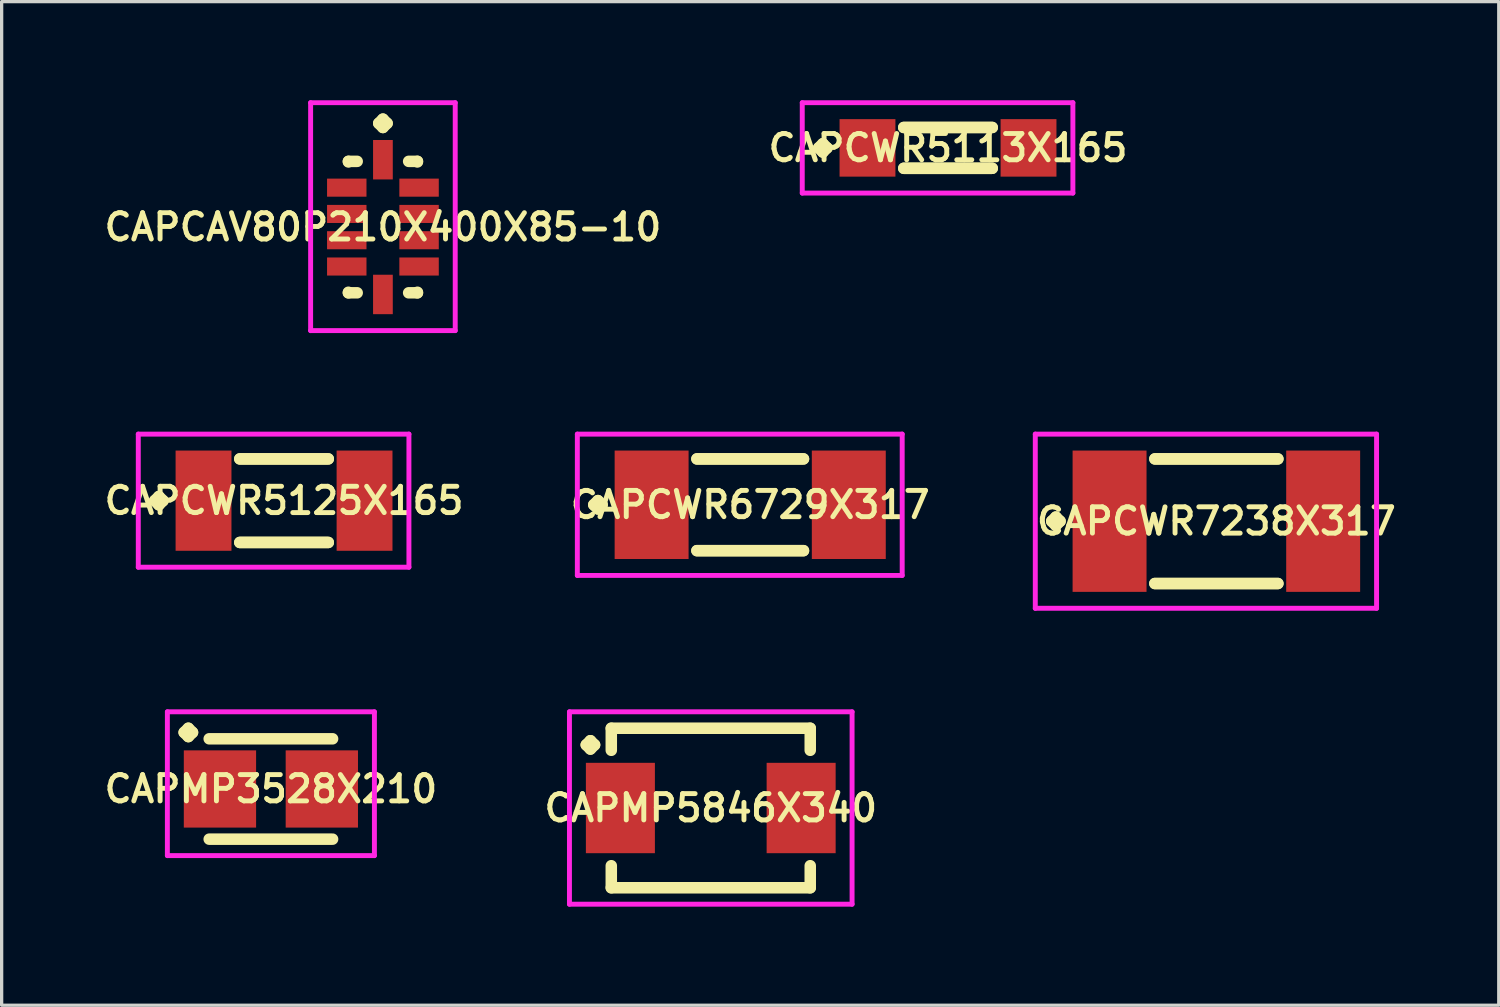
<source format=kicad_pcb>
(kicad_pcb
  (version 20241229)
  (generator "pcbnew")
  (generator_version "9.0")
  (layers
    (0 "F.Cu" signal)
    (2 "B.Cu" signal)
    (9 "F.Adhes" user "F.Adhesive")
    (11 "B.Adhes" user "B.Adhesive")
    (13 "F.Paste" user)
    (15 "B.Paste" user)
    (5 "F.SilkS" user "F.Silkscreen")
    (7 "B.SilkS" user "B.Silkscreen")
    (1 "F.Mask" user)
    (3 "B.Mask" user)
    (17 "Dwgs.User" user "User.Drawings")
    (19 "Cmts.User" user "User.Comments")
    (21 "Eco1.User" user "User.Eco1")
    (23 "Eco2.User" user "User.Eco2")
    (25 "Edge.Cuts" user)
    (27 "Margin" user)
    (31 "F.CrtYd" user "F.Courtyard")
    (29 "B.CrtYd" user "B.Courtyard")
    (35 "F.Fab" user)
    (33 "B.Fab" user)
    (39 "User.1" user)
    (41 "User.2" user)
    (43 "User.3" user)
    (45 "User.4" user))
  (footprint "CAPCWR7238X317"
    (layer "F.Cu")
    (at 33.963 12.81)
    (property "Reference" "CAPCWR7238X317" (at 0 0 0) (layer "F.SilkS") (effects (font (size 0.8 0.8) (thickness 0.15))))
    (attr through_hole)
    (fp_line (start -5.01 0) (end -4.883 -0.127) (stroke (width 0.35) (type solid)) (layer "F.SilkS"))
    (fp_line (start -4.883 -0.127) (end -4.756 0) (stroke (width 0.35) (type solid)) (layer "F.SilkS"))
    (fp_line (start -4.883 0.127) (end -5.01 0) (stroke (width 0.35) (type solid)) (layer "F.SilkS"))
    (fp_line (start -4.756 0) (end -4.883 0.127) (stroke (width 0.35) (type solid)) (layer "F.SilkS"))
    (fp_line (start -1.871 -1.896) (end 1.871 -1.896) (stroke (width 0.35) (type solid)) (layer "F.SilkS"))
    (fp_line (start -1.871 1.896) (end 1.871 1.896) (stroke (width 0.35) (type solid)) (layer "F.SilkS"))
    (fp_line (start 1.871 -1.896) (end -1.871 -1.896) (stroke (width 0.35) (type solid)) (layer "F.SilkS"))
    (fp_line (start 1.871 1.896) (end -1.871 1.896) (stroke (width 0.35) (type solid)) (layer "F.SilkS"))
    (fp_line (start -5.51 -2.65) (end 4.875 -2.65) (stroke (width 0.15) (type solid)) (layer "F.CrtYd"))
    (fp_line (start -5.51 2.65) (end -5.51 -2.65) (stroke (width 0.15) (type solid)) (layer "F.CrtYd"))
    (fp_line (start 4.875 -2.65) (end 4.875 2.65) (stroke (width 0.15) (type solid)) (layer "F.CrtYd"))
    (fp_line (start 4.875 2.65) (end -5.51 2.65) (stroke (width 0.15) (type solid)) (layer "F.CrtYd"))
    (pad "1" smd rect (at -3.25 0) (size 2.25 4.3) (layers "F.Cu" "F.Mask" "F.Paste"))
    (pad "2" smd rect (at 3.25 0) (size 2.25 4.3) (layers "F.Cu" "F.Mask" "F.Paste")))
  (footprint "CAPCAV80P210X400X85-10"
    (layer "F.Cu")
    (at 8.602 3.86)
    (property "Reference" "CAPCAV80P210X400X85-10" (at 0 0 0) (layer "F.SilkS") (effects (font (size 0.8 0.8) (thickness 0.15))))
    (attr smd)
    (fp_line (start -1.05 -2) (end -0.783 -2) (stroke (width 0.35) (type solid)) (layer "F.SilkS"))
    (fp_line (start -1.05 -1.983) (end -1.05 -2) (stroke (width 0.35) (type solid)) (layer "F.SilkS"))
    (fp_line (start -1.05 1.983) (end -1.05 2) (stroke (width 0.35) (type solid)) (layer "F.SilkS"))
    (fp_line (start -1.05 2) (end -0.783 2) (stroke (width 0.35) (type solid)) (layer "F.SilkS"))
    (fp_line (start -0.127 -3.158) (end 0 -3.285) (stroke (width 0.35) (type solid)) (layer "F.SilkS"))
    (fp_line (start 0 -3.285) (end 0.127 -3.158) (stroke (width 0.35) (type solid)) (layer "F.SilkS"))
    (fp_line (start 0 -3.031) (end -0.127 -3.158) (stroke (width 0.35) (type solid)) (layer "F.SilkS"))
    (fp_line (start 0.127 -3.158) (end 0 -3.031) (stroke (width 0.35) (type solid)) (layer "F.SilkS"))
    (fp_line (start 1.05 -2) (end 0.783 -2) (stroke (width 0.35) (type solid)) (layer "F.SilkS"))
    (fp_line (start 1.05 -1.983) (end 1.05 -2) (stroke (width 0.35) (type solid)) (layer "F.SilkS"))
    (fp_line (start 1.05 1.983) (end 1.05 2) (stroke (width 0.35) (type solid)) (layer "F.SilkS"))
    (fp_line (start 1.05 2) (end 0.783 2) (stroke (width 0.35) (type solid)) (layer "F.SilkS"))
    (fp_line (start -2.2 -3.785) (end 2.2 -3.785) (stroke (width 0.15) (type solid)) (layer "F.CrtYd"))
    (fp_line (start -2.2 3.15) (end -2.2 -3.785) (stroke (width 0.15) (type solid)) (layer "F.CrtYd"))
    (fp_line (start 2.2 -3.785) (end 2.2 3.15) (stroke (width 0.15) (type solid)) (layer "F.CrtYd"))
    (fp_line (start 2.2 3.15) (end -2.2 3.15) (stroke (width 0.15) (type solid)) (layer "F.CrtYd"))
    (pad "1" smd rect (at 0 -2.05) (size 0.6 1.2) (layers "F.Cu" "F.Mask" "F.Paste"))
    (pad "2" smd rect (at -1.1 -1.2) (size 1.2 0.55) (layers "F.Cu" "F.Mask" "F.Paste"))
    (pad "3" smd rect (at -1.1 -0.4) (size 1.2 0.55) (layers "F.Cu" "F.Mask" "F.Paste"))
    (pad "4" smd rect (at -1.1 0.4) (size 1.2 0.55) (layers "F.Cu" "F.Mask" "F.Paste"))
    (pad "5" smd rect (at -1.1 1.2) (size 1.2 0.55) (layers "F.Cu" "F.Mask" "F.Paste"))
    (pad "6" smd rect (at 0 2.05) (size 0.6 1.2) (layers "F.Cu" "F.Mask" "F.Paste"))
    (pad "7" smd rect (at 1.1 1.2) (size 1.2 0.55) (layers "F.Cu" "F.Mask" "F.Paste"))
    (pad "8" smd rect (at 1.1 0.4) (size 1.2 0.55) (layers "F.Cu" "F.Mask" "F.Paste"))
    (pad "9" smd rect (at 1.1 -0.4) (size 1.2 0.55) (layers "F.Cu" "F.Mask" "F.Paste"))
    (pad "10" smd rect (at 1.1 -1.2) (size 1.2 0.55) (layers "F.Cu" "F.Mask" "F.Paste")))
  (footprint "CAPCWR5125X165"
    (layer "F.Cu")
    (at 5.593 12.185)
    (property "Reference" "CAPCWR5125X165" (at 0 0 0) (layer "F.SilkS") (effects (font (size 0.8 0.8) (thickness 0.15))))
    (attr smd)
    (fp_line (start -3.935 0) (end -3.808 -0.127) (stroke (width 0.35) (type solid)) (layer "F.SilkS"))
    (fp_line (start -3.808 -0.127) (end -3.681 0) (stroke (width 0.35) (type solid)) (layer "F.SilkS"))
    (fp_line (start -3.808 0.127) (end -3.935 0) (stroke (width 0.35) (type solid)) (layer "F.SilkS"))
    (fp_line (start -3.681 0) (end -3.808 0.127) (stroke (width 0.35) (type solid)) (layer "F.SilkS"))
    (fp_line (start -1.346 -1.271) (end 1.346 -1.271) (stroke (width 0.35) (type solid)) (layer "F.SilkS"))
    (fp_line (start -1.346 1.271) (end 1.346 1.271) (stroke (width 0.35) (type solid)) (layer "F.SilkS"))
    (fp_line (start 1.346 -1.271) (end -1.346 -1.271) (stroke (width 0.35) (type solid)) (layer "F.SilkS"))
    (fp_line (start 1.346 1.271) (end -1.346 1.271) (stroke (width 0.35) (type solid)) (layer "F.SilkS"))
    (fp_line (start -4.435 -2.025) (end 3.8 -2.025) (stroke (width 0.15) (type solid)) (layer "F.CrtYd"))
    (fp_line (start -4.435 2.025) (end -4.435 -2.025) (stroke (width 0.15) (type solid)) (layer "F.CrtYd"))
    (fp_line (start 3.8 -2.025) (end 3.8 2.025) (stroke (width 0.15) (type solid)) (layer "F.CrtYd"))
    (fp_line (start 3.8 2.025) (end -4.435 2.025) (stroke (width 0.15) (type solid)) (layer "F.CrtYd"))
    (pad "1" smd rect (at -2.45 0) (size 1.7 3.05) (layers "F.Cu" "F.Mask" "F.Paste"))
    (pad "2" smd rect (at 2.45 0) (size 1.7 3.05) (layers "F.Cu" "F.Mask" "F.Paste")))
  (footprint "CAPMP5846X340"
    (layer "F.Cu")
    (at 18.578 21.537)
    (property "Reference" "CAPMP5846X340" (at 0 0 0) (layer "F.SilkS") (effects (font (size 0.8 0.8) (thickness 0.15))))
    (attr smd)
    (fp_line (start -3.789 -1.921) (end -3.662 -2.048) (stroke (width 0.35) (type solid)) (layer "F.SilkS"))
    (fp_line (start -3.662 -2.048) (end -3.535 -1.921) (stroke (width 0.35) (type solid)) (layer "F.SilkS"))
    (fp_line (start -3.662 -1.794) (end -3.789 -1.921) (stroke (width 0.35) (type solid)) (layer "F.SilkS"))
    (fp_line (start -3.535 -1.921) (end -3.662 -1.794) (stroke (width 0.35) (type solid)) (layer "F.SilkS"))
    (fp_line (start -3.027 -2.427) (end 3.027 -2.427) (stroke (width 0.35) (type solid)) (layer "F.SilkS"))
    (fp_line (start -3.027 -1.756) (end -3.027 -2.427) (stroke (width 0.35) (type solid)) (layer "F.SilkS"))
    (fp_line (start -3.027 1.756) (end -3.027 2.427) (stroke (width 0.35) (type solid)) (layer "F.SilkS"))
    (fp_line (start -3.027 2.427) (end 3.027 2.427) (stroke (width 0.35) (type solid)) (layer "F.SilkS"))
    (fp_line (start 3.027 -2.427) (end 3.027 -1.756) (stroke (width 0.35) (type solid)) (layer "F.SilkS"))
    (fp_line (start 3.027 2.427) (end 3.027 1.756) (stroke (width 0.35) (type solid)) (layer "F.SilkS"))
    (fp_line (start -4.3 -2.927) (end 4.3 -2.927) (stroke (width 0.15) (type solid)) (layer "F.CrtYd"))
    (fp_line (start -4.3 2.927) (end -4.3 -2.927) (stroke (width 0.15) (type solid)) (layer "F.CrtYd"))
    (fp_line (start 4.3 -2.927) (end 4.3 2.927) (stroke (width 0.15) (type solid)) (layer "F.CrtYd"))
    (fp_line (start 4.3 2.927) (end -4.3 2.927) (stroke (width 0.15) (type solid)) (layer "F.CrtYd"))
    (pad "1" smd rect (at -2.75 0) (size 2.1 2.75) (layers "F.Cu" "F.Mask" "F.Paste"))
    (pad "2" smd rect (at 2.75 0) (size 2.1 2.75) (layers "F.Cu" "F.Mask" "F.Paste")))
  (footprint "CAPMP3528X210"
    (layer "F.Cu")
    (at 5.193 20.958)
    (property "Reference" "CAPMP3528X210" (at 0 0 0) (layer "F.SilkS") (effects (font (size 0.8 0.8) (thickness 0.15))))
    (attr through_hole)
    (fp_line (start -2.639 -1.721) (end -2.512 -1.848) (stroke (width 0.35) (type solid)) (layer "F.SilkS"))
    (fp_line (start -2.512 -1.848) (end -2.385 -1.721) (stroke (width 0.35) (type solid)) (layer "F.SilkS"))
    (fp_line (start -2.512 -1.594) (end -2.639 -1.721) (stroke (width 0.35) (type solid)) (layer "F.SilkS"))
    (fp_line (start -2.385 -1.721) (end -2.512 -1.594) (stroke (width 0.35) (type solid)) (layer "F.SilkS"))
    (fp_line (start -1.877 -1.527) (end 1.877 -1.527) (stroke (width 0.35) (type solid)) (layer "F.SilkS"))
    (fp_line (start -1.877 1.527) (end 1.877 1.527) (stroke (width 0.35) (type solid)) (layer "F.SilkS"))
    (fp_line (start -3.15 -2.348) (end 3.15 -2.348) (stroke (width 0.15) (type solid)) (layer "F.CrtYd"))
    (fp_line (start -3.15 2.027) (end -3.15 -2.348) (stroke (width 0.15) (type solid)) (layer "F.CrtYd"))
    (fp_line (start 3.15 -2.348) (end 3.15 2.027) (stroke (width 0.15) (type solid)) (layer "F.CrtYd"))
    (fp_line (start 3.15 2.027) (end -3.15 2.027) (stroke (width 0.15) (type solid)) (layer "F.CrtYd"))
    (pad "1" smd rect (at -1.55 0) (size 2.2 2.35) (layers "F.Cu" "F.Mask" "F.Paste"))
    (pad "2" smd rect (at 1.55 0) (size 2.2 2.35) (layers "F.Cu" "F.Mask" "F.Paste")))
  (footprint "CAPCWR5113X165"
    (layer "F.Cu")
    (at 25.797 1.45)
    (property "Reference" "CAPCWR5113X165" (at 0 0 0) (layer "F.SilkS") (effects (font (size 0.8 0.8) (thickness 0.15))))
    (attr smd)
    (fp_line (start -3.935 0) (end -3.808 -0.127) (stroke (width 0.35) (type solid)) (layer "F.SilkS"))
    (fp_line (start -3.808 -0.127) (end -3.681 0) (stroke (width 0.35) (type solid)) (layer "F.SilkS"))
    (fp_line (start -3.808 0.127) (end -3.935 0) (stroke (width 0.35) (type solid)) (layer "F.SilkS"))
    (fp_line (start -3.681 0) (end -3.808 0.127) (stroke (width 0.35) (type solid)) (layer "F.SilkS"))
    (fp_line (start -1.346 -0.621) (end 1.346 -0.621) (stroke (width 0.35) (type solid)) (layer "F.SilkS"))
    (fp_line (start -1.346 0.621) (end 1.346 0.621) (stroke (width 0.35) (type solid)) (layer "F.SilkS"))
    (fp_line (start 1.346 -0.621) (end -1.346 -0.621) (stroke (width 0.35) (type solid)) (layer "F.SilkS"))
    (fp_line (start 1.346 0.621) (end -1.346 0.621) (stroke (width 0.35) (type solid)) (layer "F.SilkS"))
    (fp_line (start -4.435 -1.375) (end 3.8 -1.375) (stroke (width 0.15) (type solid)) (layer "F.CrtYd"))
    (fp_line (start -4.435 1.375) (end -4.435 -1.375) (stroke (width 0.15) (type solid)) (layer "F.CrtYd"))
    (fp_line (start 3.8 -1.375) (end 3.8 1.375) (stroke (width 0.15) (type solid)) (layer "F.CrtYd"))
    (fp_line (start 3.8 1.375) (end -4.435 1.375) (stroke (width 0.15) (type solid)) (layer "F.CrtYd"))
    (pad "1" smd rect (at -2.45 0) (size 1.7 1.75) (layers "F.Cu" "F.Mask" "F.Paste"))
    (pad "2" smd rect (at 2.45 0) (size 1.7 1.75) (layers "F.Cu" "F.Mask" "F.Paste")))
  (footprint "CAPCWR6729X317"
    (layer "F.Cu")
    (at 19.778 12.31)
    (property "Reference" "CAPCWR6729X317" (at 0 0 0) (layer "F.SilkS") (effects (font (size 0.8 0.8) (thickness 0.15))))
    (attr smd)
    (fp_line (start -4.76 0) (end -4.633 -0.127) (stroke (width 0.35) (type solid)) (layer "F.SilkS"))
    (fp_line (start -4.633 -0.127) (end -4.506 0) (stroke (width 0.35) (type solid)) (layer "F.SilkS"))
    (fp_line (start -4.633 0.127) (end -4.76 0) (stroke (width 0.35) (type solid)) (layer "F.SilkS"))
    (fp_line (start -4.506 0) (end -4.633 0.127) (stroke (width 0.35) (type solid)) (layer "F.SilkS"))
    (fp_line (start -1.621 -1.396) (end 1.621 -1.396) (stroke (width 0.35) (type solid)) (layer "F.SilkS"))
    (fp_line (start -1.621 1.396) (end 1.621 1.396) (stroke (width 0.35) (type solid)) (layer "F.SilkS"))
    (fp_line (start 1.621 -1.396) (end -1.621 -1.396) (stroke (width 0.35) (type solid)) (layer "F.SilkS"))
    (fp_line (start 1.621 1.396) (end -1.621 1.396) (stroke (width 0.35) (type solid)) (layer "F.SilkS"))
    (fp_line (start -5.26 -2.15) (end 4.625 -2.15) (stroke (width 0.15) (type solid)) (layer "F.CrtYd"))
    (fp_line (start -5.26 2.15) (end -5.26 -2.15) (stroke (width 0.15) (type solid)) (layer "F.CrtYd"))
    (fp_line (start 4.625 -2.15) (end 4.625 2.15) (stroke (width 0.15) (type solid)) (layer "F.CrtYd"))
    (fp_line (start 4.625 2.15) (end -5.26 2.15) (stroke (width 0.15) (type solid)) (layer "F.CrtYd"))
    (pad "1" smd rect (at -3 0) (size 2.25 3.3) (layers "F.Cu" "F.Mask" "F.Paste"))
    (pad "2" smd rect (at 3 0) (size 2.25 3.3) (layers "F.Cu" "F.Mask" "F.Paste")))
  (gr_rect
    (start -3 -3)
    (end 42.556 27.539)
    (stroke (width 0.1) (type default))
    (fill no)
    (layer "Edge.Cuts")))
</source>
